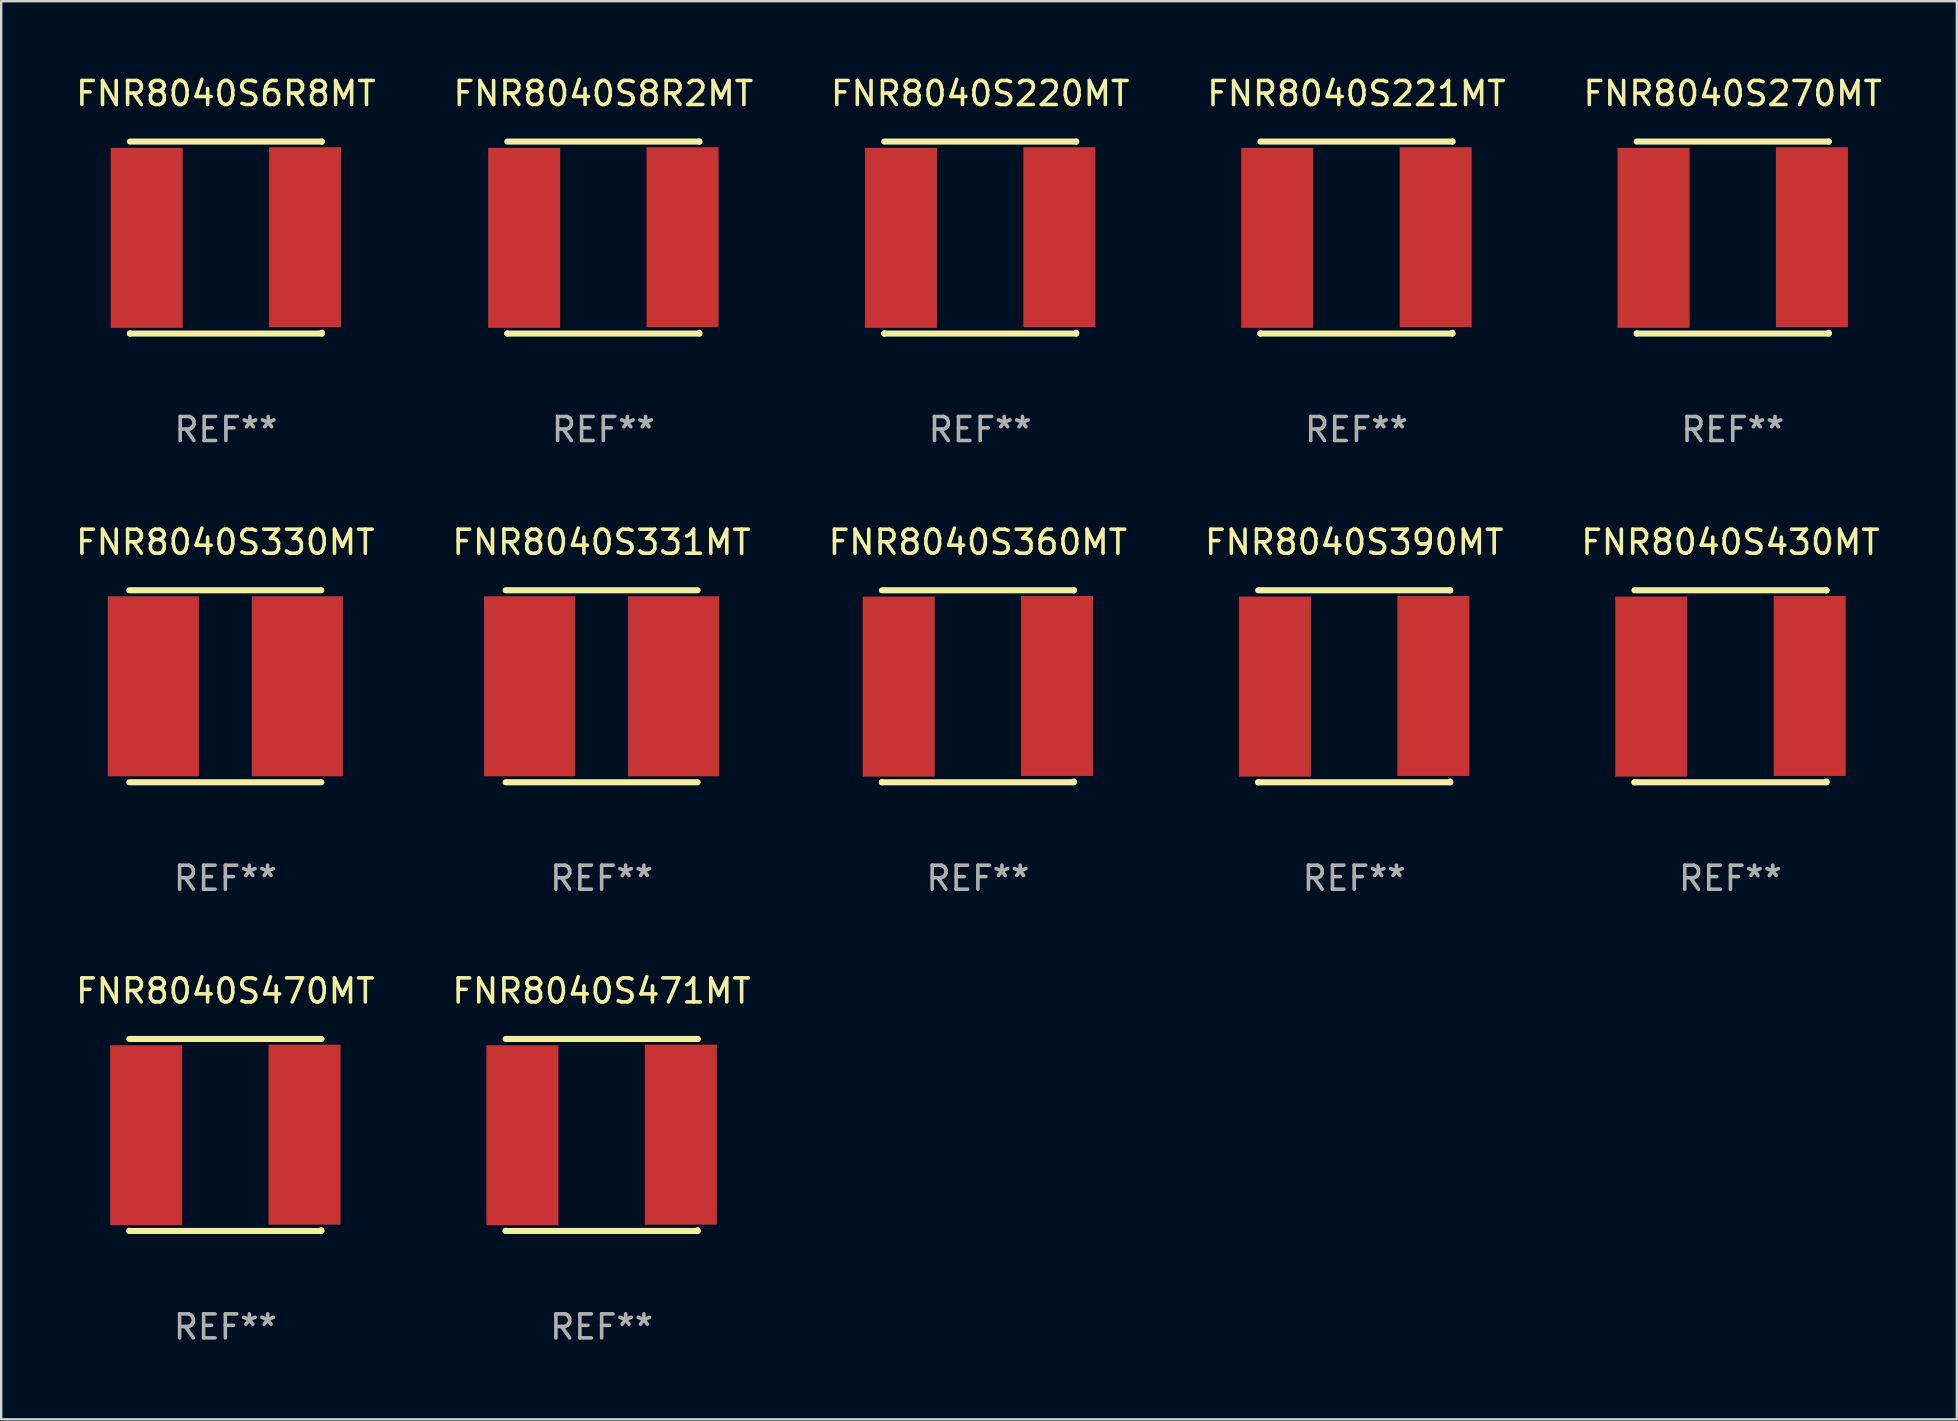
<source format=kicad_pcb>
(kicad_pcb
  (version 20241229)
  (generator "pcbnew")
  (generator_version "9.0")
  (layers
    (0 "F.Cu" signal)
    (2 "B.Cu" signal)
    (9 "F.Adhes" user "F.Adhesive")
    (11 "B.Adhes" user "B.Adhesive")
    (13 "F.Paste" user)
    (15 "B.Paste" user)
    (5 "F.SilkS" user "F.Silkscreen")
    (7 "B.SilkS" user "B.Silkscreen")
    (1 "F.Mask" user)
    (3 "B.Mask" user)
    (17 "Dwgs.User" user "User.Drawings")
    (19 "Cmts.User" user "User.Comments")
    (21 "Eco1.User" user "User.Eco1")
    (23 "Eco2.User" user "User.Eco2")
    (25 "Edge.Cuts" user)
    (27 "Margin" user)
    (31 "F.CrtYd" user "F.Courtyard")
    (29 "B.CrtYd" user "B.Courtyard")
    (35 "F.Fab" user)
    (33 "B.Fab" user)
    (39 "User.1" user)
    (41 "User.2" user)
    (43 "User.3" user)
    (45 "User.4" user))
  (footprint "FNR8040S470MT"
    (layer "F.Cu")
    (at 6.339 44.241)
    (property "Reference" "FNR8040S470MT" (at 0 -6 0) (layer "F.SilkS") (effects (font (size 1 1) (thickness 0.15))))
    (attr through_hole)
    (fp_line (start -4 -4) (end 4 -4) (stroke (width 0.254) (type solid)) (layer "F.SilkS"))
    (fp_line (start -4 4) (end -4 3.994) (stroke (width 0.254) (type solid)) (layer "F.SilkS"))
    (fp_line (start 4 -4) (end 4 -3.994) (stroke (width 0.254) (type solid)) (layer "F.SilkS"))
    (fp_line (start 4 3.968) (end 4 4) (stroke (width 0.254) (type solid)) (layer "F.SilkS"))
    (fp_line (start 4 4) (end -4 4) (stroke (width 0.254) (type solid)) (layer "F.SilkS"))
    (fp_circle (center -4 4) (end -3.97 4) (stroke (width 0.06) (type solid)) (fill no) (layer "F.SilkS"))
    (fp_text user "REF**" (at 0 8 0) (layer "F.Fab") (effects (font (size 1 1) (thickness 0.15))))
    (pad "1" smd rect (at -3.3 0.013) (size 3 7.5) (layers "F.Cu" "F.Mask" "F.Paste"))
    (pad "2" smd rect (at 3.3 -0.013) (size 3 7.5) (layers "F.Cu" "F.Mask" "F.Paste")))
  (footprint "FNR8040S330MT"
    (layer "F.Cu")
    (at 6.339 25.545)
    (property "Reference" "FNR8040S330MT" (at 0 -6 0) (layer "F.SilkS") (effects (font (size 1 1) (thickness 0.15))))
    (attr through_hole)
    (fp_line (start -4 -4) (end 4 -4) (stroke (width 0.254) (type solid)) (layer "F.SilkS"))
    (fp_line (start -4 4) (end 4 4) (stroke (width 0.254) (type solid)) (layer "F.SilkS"))
    (fp_circle (center -4 4) (end -3.97 4) (stroke (width 0.06) (type solid)) (fill no) (layer "F.SilkS"))
    (fp_text user "REF**" (at 0 8 0) (layer "F.Fab") (effects (font (size 1 1) (thickness 0.15))))
    (pad "1" smd rect (at -3 0) (size 3.8 7.5) (layers "F.Cu" "F.Mask" "F.Paste"))
    (pad "2" smd rect (at 3 0) (size 3.8 7.5) (layers "F.Cu" "F.Mask" "F.Paste")))
  (footprint "FNR8040S471MT"
    (layer "F.Cu")
    (at 22.018 44.241)
    (property "Reference" "FNR8040S471MT" (at 0 -6 0) (layer "F.SilkS") (effects (font (size 1 1) (thickness 0.15))))
    (attr through_hole)
    (fp_line (start -4 -4) (end 4 -4) (stroke (width 0.254) (type solid)) (layer "F.SilkS"))
    (fp_line (start -4 4) (end -4 3.994) (stroke (width 0.254) (type solid)) (layer "F.SilkS"))
    (fp_line (start 4 -4) (end 4 -3.994) (stroke (width 0.254) (type solid)) (layer "F.SilkS"))
    (fp_line (start 4 3.968) (end 4 4) (stroke (width 0.254) (type solid)) (layer "F.SilkS"))
    (fp_line (start 4 4) (end -4 4) (stroke (width 0.254) (type solid)) (layer "F.SilkS"))
    (fp_circle (center -4 4) (end -3.97 4) (stroke (width 0.06) (type solid)) (fill no) (layer "F.SilkS"))
    (fp_text user "REF**" (at 0 8 0) (layer "F.Fab") (effects (font (size 1 1) (thickness 0.15))))
    (pad "1" smd rect (at -3.3 0.013) (size 3 7.5) (layers "F.Cu" "F.Mask" "F.Paste"))
    (pad "2" smd rect (at 3.3 -0.013) (size 3 7.5) (layers "F.Cu" "F.Mask" "F.Paste")))
  (footprint "FNR8040S221MT"
    (layer "F.Cu")
    (at 53.47 6.848)
    (property "Reference" "FNR8040S221MT" (at 0 -6 0) (layer "F.SilkS") (effects (font (size 1 1) (thickness 0.15))))
    (attr through_hole)
    (fp_line (start -4 -4) (end 4 -4) (stroke (width 0.254) (type solid)) (layer "F.SilkS"))
    (fp_line (start -4 4) (end -4 3.994) (stroke (width 0.254) (type solid)) (layer "F.SilkS"))
    (fp_line (start 4 -4) (end 4 -3.994) (stroke (width 0.254) (type solid)) (layer "F.SilkS"))
    (fp_line (start 4 3.968) (end 4 4) (stroke (width 0.254) (type solid)) (layer "F.SilkS"))
    (fp_line (start 4 4) (end -4 4) (stroke (width 0.254) (type solid)) (layer "F.SilkS"))
    (fp_circle (center -4 4) (end -3.97 4) (stroke (width 0.06) (type solid)) (fill no) (layer "F.SilkS"))
    (fp_text user "REF**" (at 0 8 0) (layer "F.Fab") (effects (font (size 1 1) (thickness 0.15))))
    (pad "1" smd rect (at -3.3 0.013) (size 3 7.5) (layers "F.Cu" "F.Mask" "F.Paste"))
    (pad "2" smd rect (at 3.3 -0.013) (size 3 7.5) (layers "F.Cu" "F.Mask" "F.Paste")))
  (footprint "FNR8040S390MT"
    (layer "F.Cu")
    (at 53.375 25.545)
    (property "Reference" "FNR8040S390MT" (at 0 -6 0) (layer "F.SilkS") (effects (font (size 1 1) (thickness 0.15))))
    (attr through_hole)
    (fp_line (start -4 -4) (end 4 -4) (stroke (width 0.254) (type solid)) (layer "F.SilkS"))
    (fp_line (start -4 4) (end -4 3.994) (stroke (width 0.254) (type solid)) (layer "F.SilkS"))
    (fp_line (start 4 -4) (end 4 -3.994) (stroke (width 0.254) (type solid)) (layer "F.SilkS"))
    (fp_line (start 4 3.968) (end 4 4) (stroke (width 0.254) (type solid)) (layer "F.SilkS"))
    (fp_line (start 4 4) (end -4 4) (stroke (width 0.254) (type solid)) (layer "F.SilkS"))
    (fp_circle (center -4 4) (end -3.97 4) (stroke (width 0.06) (type solid)) (fill no) (layer "F.SilkS"))
    (fp_text user "REF**" (at 0 8 0) (layer "F.Fab") (effects (font (size 1 1) (thickness 0.15))))
    (pad "1" smd rect (at -3.3 0.013) (size 3 7.5) (layers "F.Cu" "F.Mask" "F.Paste"))
    (pad "2" smd rect (at 3.3 -0.013) (size 3 7.5) (layers "F.Cu" "F.Mask" "F.Paste")))
  (footprint "FNR8040S8R2MT"
    (layer "F.Cu")
    (at 22.089 6.848)
    (property "Reference" "FNR8040S8R2MT" (at 0 -6 0) (layer "F.SilkS") (effects (font (size 1 1) (thickness 0.15))))
    (attr through_hole)
    (fp_line (start -4 -4) (end 4 -4) (stroke (width 0.254) (type solid)) (layer "F.SilkS"))
    (fp_line (start -4 4) (end -4 3.994) (stroke (width 0.254) (type solid)) (layer "F.SilkS"))
    (fp_line (start 4 -4) (end 4 -3.994) (stroke (width 0.254) (type solid)) (layer "F.SilkS"))
    (fp_line (start 4 3.968) (end 4 4) (stroke (width 0.254) (type solid)) (layer "F.SilkS"))
    (fp_line (start 4 4) (end -4 4) (stroke (width 0.254) (type solid)) (layer "F.SilkS"))
    (fp_circle (center -4 4) (end -3.97 4) (stroke (width 0.06) (type solid)) (fill no) (layer "F.SilkS"))
    (fp_text user "REF**" (at 0 8 0) (layer "F.Fab") (effects (font (size 1 1) (thickness 0.15))))
    (pad "1" smd rect (at -3.3 0.013) (size 3 7.5) (layers "F.Cu" "F.Mask" "F.Paste"))
    (pad "2" smd rect (at 3.3 -0.013) (size 3 7.5) (layers "F.Cu" "F.Mask" "F.Paste")))
  (footprint "FNR8040S270MT"
    (layer "F.Cu")
    (at 69.149 6.848)
    (property "Reference" "FNR8040S270MT" (at 0 -6 0) (layer "F.SilkS") (effects (font (size 1 1) (thickness 0.15))))
    (attr through_hole)
    (fp_line (start -4 -4) (end 4 -4) (stroke (width 0.254) (type solid)) (layer "F.SilkS"))
    (fp_line (start -4 4) (end -4 3.994) (stroke (width 0.254) (type solid)) (layer "F.SilkS"))
    (fp_line (start 4 -4) (end 4 -3.994) (stroke (width 0.254) (type solid)) (layer "F.SilkS"))
    (fp_line (start 4 3.968) (end 4 4) (stroke (width 0.254) (type solid)) (layer "F.SilkS"))
    (fp_line (start 4 4) (end -4 4) (stroke (width 0.254) (type solid)) (layer "F.SilkS"))
    (fp_circle (center -4 4) (end -3.97 4) (stroke (width 0.06) (type solid)) (fill no) (layer "F.SilkS"))
    (fp_text user "REF**" (at 0 8 0) (layer "F.Fab") (effects (font (size 1 1) (thickness 0.15))))
    (pad "1" smd rect (at -3.3 0.013) (size 3 7.5) (layers "F.Cu" "F.Mask" "F.Paste"))
    (pad "2" smd rect (at 3.3 -0.013) (size 3 7.5) (layers "F.Cu" "F.Mask" "F.Paste")))
  (footprint "FNR8040S360MT"
    (layer "F.Cu")
    (at 37.696 25.545)
    (property "Reference" "FNR8040S360MT" (at 0 -6 0) (layer "F.SilkS") (effects (font (size 1 1) (thickness 0.15))))
    (attr through_hole)
    (fp_line (start -4 -4) (end 4 -4) (stroke (width 0.254) (type solid)) (layer "F.SilkS"))
    (fp_line (start -4 4) (end -4 3.994) (stroke (width 0.254) (type solid)) (layer "F.SilkS"))
    (fp_line (start 4 -4) (end 4 -3.994) (stroke (width 0.254) (type solid)) (layer "F.SilkS"))
    (fp_line (start 4 3.968) (end 4 4) (stroke (width 0.254) (type solid)) (layer "F.SilkS"))
    (fp_line (start 4 4) (end -4 4) (stroke (width 0.254) (type solid)) (layer "F.SilkS"))
    (fp_circle (center -4 4) (end -3.97 4) (stroke (width 0.06) (type solid)) (fill no) (layer "F.SilkS"))
    (fp_text user "REF**" (at 0 8 0) (layer "F.Fab") (effects (font (size 1 1) (thickness 0.15))))
    (pad "1" smd rect (at -3.3 0.013) (size 3 7.5) (layers "F.Cu" "F.Mask" "F.Paste"))
    (pad "2" smd rect (at 3.3 -0.013) (size 3 7.5) (layers "F.Cu" "F.Mask" "F.Paste")))
  (footprint "FNR8040S220MT"
    (layer "F.Cu")
    (at 37.792 6.848)
    (property "Reference" "FNR8040S220MT" (at 0 -6 0) (layer "F.SilkS") (effects (font (size 1 1) (thickness 0.15))))
    (attr through_hole)
    (fp_line (start -4 -4) (end 4 -4) (stroke (width 0.254) (type solid)) (layer "F.SilkS"))
    (fp_line (start -4 4) (end -4 3.994) (stroke (width 0.254) (type solid)) (layer "F.SilkS"))
    (fp_line (start 4 -4) (end 4 -3.994) (stroke (width 0.254) (type solid)) (layer "F.SilkS"))
    (fp_line (start 4 3.968) (end 4 4) (stroke (width 0.254) (type solid)) (layer "F.SilkS"))
    (fp_line (start 4 4) (end -4 4) (stroke (width 0.254) (type solid)) (layer "F.SilkS"))
    (fp_circle (center -4 4) (end -3.97 4) (stroke (width 0.06) (type solid)) (fill no) (layer "F.SilkS"))
    (fp_text user "REF**" (at 0 8 0) (layer "F.Fab") (effects (font (size 1 1) (thickness 0.15))))
    (pad "1" smd rect (at -3.3 0.013) (size 3 7.5) (layers "F.Cu" "F.Mask" "F.Paste"))
    (pad "2" smd rect (at 3.3 -0.013) (size 3 7.5) (layers "F.Cu" "F.Mask" "F.Paste")))
  (footprint "FNR8040S331MT"
    (layer "F.Cu")
    (at 22.018 25.545)
    (property "Reference" "FNR8040S331MT" (at 0 -6 0) (layer "F.SilkS") (effects (font (size 1 1) (thickness 0.15))))
    (attr through_hole)
    (fp_line (start -4 -4) (end 4 -4) (stroke (width 0.254) (type solid)) (layer "F.SilkS"))
    (fp_line (start -4 4) (end 4 4) (stroke (width 0.254) (type solid)) (layer "F.SilkS"))
    (fp_circle (center -4 4) (end -3.97 4) (stroke (width 0.06) (type solid)) (fill no) (layer "F.SilkS"))
    (fp_text user "REF**" (at 0 8 0) (layer "F.Fab") (effects (font (size 1 1) (thickness 0.15))))
    (pad "1" smd rect (at -3 0) (size 3.8 7.5) (layers "F.Cu" "F.Mask" "F.Paste"))
    (pad "2" smd rect (at 3 0) (size 3.8 7.5) (layers "F.Cu" "F.Mask" "F.Paste")))
  (footprint "FNR8040S430MT"
    (layer "F.Cu")
    (at 69.054 25.545)
    (property "Reference" "FNR8040S430MT" (at 0 -6 0) (layer "F.SilkS") (effects (font (size 1 1) (thickness 0.15))))
    (attr through_hole)
    (fp_line (start -4 -4) (end 4 -4) (stroke (width 0.254) (type solid)) (layer "F.SilkS"))
    (fp_line (start -4 4) (end -4 3.994) (stroke (width 0.254) (type solid)) (layer "F.SilkS"))
    (fp_line (start 4 -4) (end 4 -3.994) (stroke (width 0.254) (type solid)) (layer "F.SilkS"))
    (fp_line (start 4 3.968) (end 4 4) (stroke (width 0.254) (type solid)) (layer "F.SilkS"))
    (fp_line (start 4 4) (end -4 4) (stroke (width 0.254) (type solid)) (layer "F.SilkS"))
    (fp_circle (center -4 4) (end -3.97 4) (stroke (width 0.06) (type solid)) (fill no) (layer "F.SilkS"))
    (fp_text user "REF**" (at 0 8 0) (layer "F.Fab") (effects (font (size 1 1) (thickness 0.15))))
    (pad "1" smd rect (at -3.3 0.013) (size 3 7.5) (layers "F.Cu" "F.Mask" "F.Paste"))
    (pad "2" smd rect (at 3.3 -0.013) (size 3 7.5) (layers "F.Cu" "F.Mask" "F.Paste")))
  (footprint "FNR8040S6R8MT"
    (layer "F.Cu")
    (at 6.363 6.848)
    (property "Reference" "FNR8040S6R8MT" (at 0 -6 0) (layer "F.SilkS") (effects (font (size 1 1) (thickness 0.15))))
    (attr through_hole)
    (fp_line (start -4 -4) (end 4 -4) (stroke (width 0.254) (type solid)) (layer "F.SilkS"))
    (fp_line (start -4 4) (end -4 3.994) (stroke (width 0.254) (type solid)) (layer "F.SilkS"))
    (fp_line (start 4 -4) (end 4 -3.994) (stroke (width 0.254) (type solid)) (layer "F.SilkS"))
    (fp_line (start 4 3.968) (end 4 4) (stroke (width 0.254) (type solid)) (layer "F.SilkS"))
    (fp_line (start 4 4) (end -4 4) (stroke (width 0.254) (type solid)) (layer "F.SilkS"))
    (fp_circle (center -4 4) (end -3.97 4) (stroke (width 0.06) (type solid)) (fill no) (layer "F.SilkS"))
    (fp_text user "REF**" (at 0 8 0) (layer "F.Fab") (effects (font (size 1 1) (thickness 0.15))))
    (pad "1" smd rect (at -3.3 0.013) (size 3 7.5) (layers "F.Cu" "F.Mask" "F.Paste"))
    (pad "2" smd rect (at 3.3 -0.013) (size 3 7.5) (layers "F.Cu" "F.Mask" "F.Paste")))
  (gr_rect
    (start -3 -3)
    (end 78.488 56.09)
    (stroke (width 0.1) (type default))
    (fill no)
    (layer "Edge.Cuts")))
</source>
